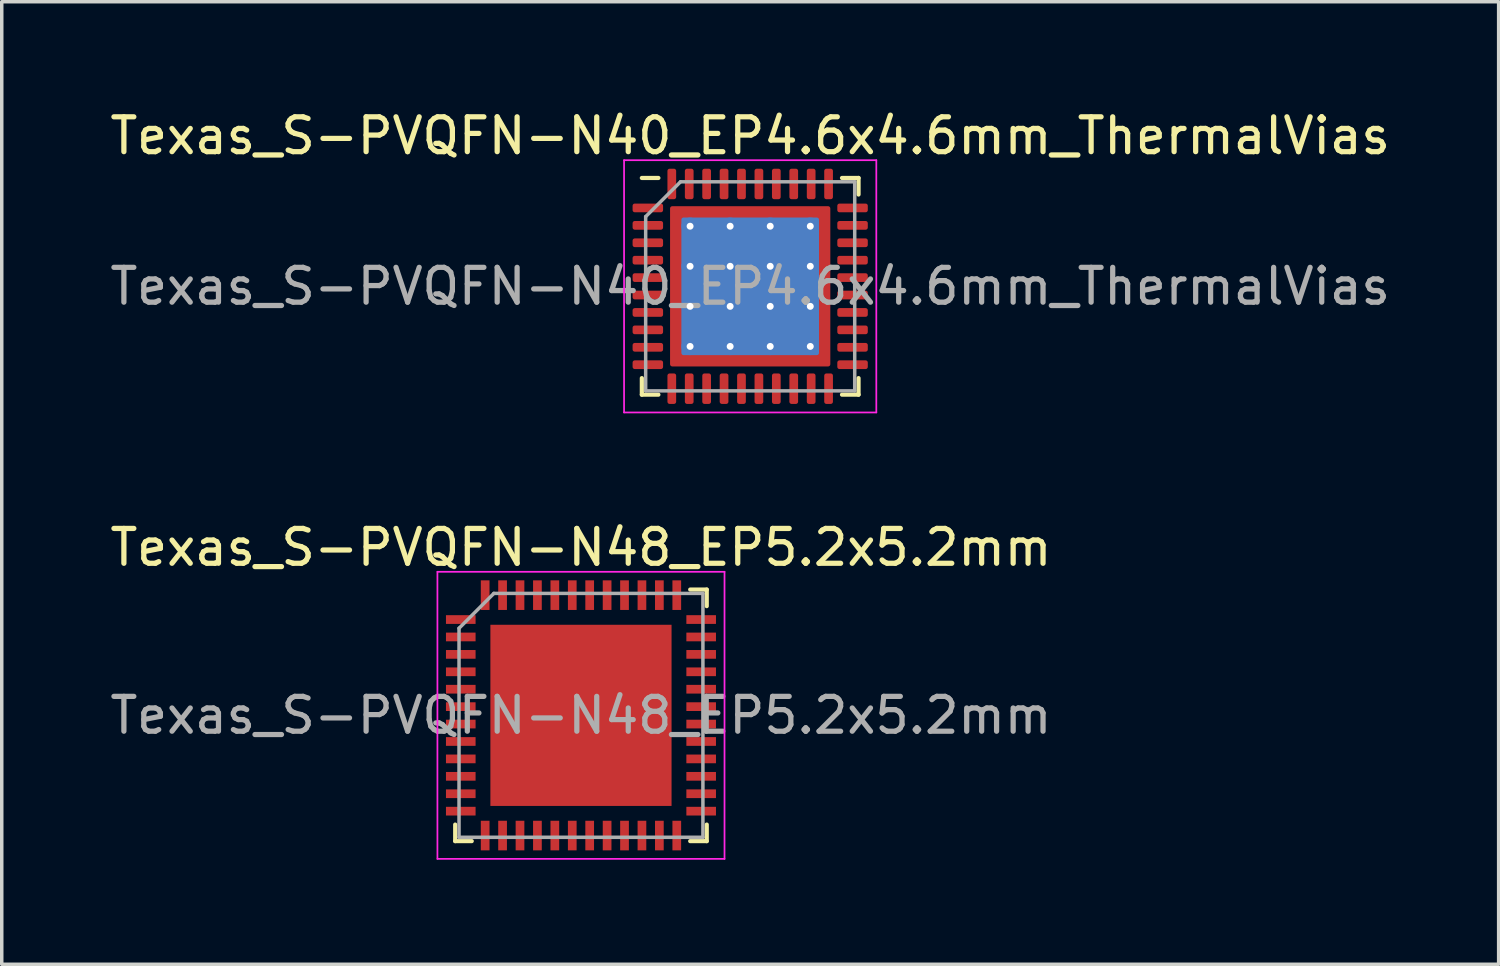
<source format=kicad_pcb>
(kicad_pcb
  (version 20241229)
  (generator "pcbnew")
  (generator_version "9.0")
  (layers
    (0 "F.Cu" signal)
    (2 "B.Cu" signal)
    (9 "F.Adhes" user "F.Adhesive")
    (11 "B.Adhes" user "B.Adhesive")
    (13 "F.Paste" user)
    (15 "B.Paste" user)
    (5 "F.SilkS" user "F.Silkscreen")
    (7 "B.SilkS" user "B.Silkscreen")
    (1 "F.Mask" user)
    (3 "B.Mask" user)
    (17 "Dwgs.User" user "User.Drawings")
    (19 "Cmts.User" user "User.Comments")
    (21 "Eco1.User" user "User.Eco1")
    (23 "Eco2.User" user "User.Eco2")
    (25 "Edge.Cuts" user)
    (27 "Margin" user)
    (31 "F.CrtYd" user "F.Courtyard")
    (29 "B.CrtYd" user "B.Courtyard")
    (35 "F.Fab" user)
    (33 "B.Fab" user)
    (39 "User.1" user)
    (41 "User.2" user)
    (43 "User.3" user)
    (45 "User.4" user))
  (footprint "Texas_S-PVQFN-N48_EP5.2x5.2mm"
    (layer "F.Cu")
    (at 13.625 17.482)
    (property "Reference" "Texas_S-PVQFN-N48_EP5.2x5.2mm" (at 0 -4.82 0) (layer "F.SilkS") (effects (font (size 1 1) (thickness 0.15))))
    (attr smd)
    (fp_line (start -3.61 3.61) (end -3.61 3.135) (stroke (width 0.12) (type solid)) (layer "F.SilkS"))
    (fp_line (start -3.135 3.61) (end -3.61 3.61) (stroke (width 0.12) (type solid)) (layer "F.SilkS"))
    (fp_line (start 3.135 -3.61) (end 3.61 -3.61) (stroke (width 0.12) (type solid)) (layer "F.SilkS"))
    (fp_line (start 3.135 3.61) (end 3.61 3.61) (stroke (width 0.12) (type solid)) (layer "F.SilkS"))
    (fp_line (start 3.61 -3.61) (end 3.61 -3.135) (stroke (width 0.12) (type solid)) (layer "F.SilkS"))
    (fp_line (start 3.61 3.61) (end 3.61 3.135) (stroke (width 0.12) (type solid)) (layer "F.SilkS"))
    (fp_line (start -4.12 -4.12) (end -4.12 4.12) (stroke (width 0.05) (type solid)) (layer "F.CrtYd"))
    (fp_line (start -4.12 4.12) (end 4.12 4.12) (stroke (width 0.05) (type solid)) (layer "F.CrtYd"))
    (fp_line (start 4.12 -4.12) (end -4.12 -4.12) (stroke (width 0.05) (type solid)) (layer "F.CrtYd"))
    (fp_line (start 4.12 4.12) (end 4.12 -4.12) (stroke (width 0.05) (type solid)) (layer "F.CrtYd"))
    (fp_line (start -3.5 -2.5) (end -2.5 -3.5) (stroke (width 0.1) (type solid)) (layer "F.Fab"))
    (fp_line (start -3.5 3.5) (end -3.5 -2.5) (stroke (width 0.1) (type solid)) (layer "F.Fab"))
    (fp_line (start -2.5 -3.5) (end 3.5 -3.5) (stroke (width 0.1) (type solid)) (layer "F.Fab"))
    (fp_line (start 3.5 -3.5) (end 3.5 3.5) (stroke (width 0.1) (type solid)) (layer "F.Fab"))
    (fp_line (start 3.5 3.5) (end -3.5 3.5) (stroke (width 0.1) (type solid)) (layer "F.Fab"))
    (fp_text user "${REFERENCE}" (at 0 0 0) (layer "F.Fab") (effects (font (size 1 1) (thickness 0.15))))
    (pad "" smd rect (at -1.875 -1.875) (size 1.05 1.05) (layers "F.Paste"))
    (pad "" smd rect (at -1.875 -0.625) (size 1.05 1.05) (layers "F.Paste"))
    (pad "" smd rect (at -1.875 0.625) (size 1.05 1.05) (layers "F.Paste"))
    (pad "" smd rect (at -1.875 1.875) (size 1.05 1.05) (layers "F.Paste"))
    (pad "" smd rect (at -0.625 -1.875) (size 1.05 1.05) (layers "F.Paste"))
    (pad "" smd rect (at -0.625 -0.625) (size 1.05 1.05) (layers "F.Paste"))
    (pad "" smd rect (at -0.625 0.625) (size 1.05 1.05) (layers "F.Paste"))
    (pad "" smd rect (at -0.625 1.875) (size 1.05 1.05) (layers "F.Paste"))
    (pad "" smd rect (at 0.625 -1.875) (size 1.05 1.05) (layers "F.Paste"))
    (pad "" smd rect (at 0.625 -0.625) (size 1.05 1.05) (layers "F.Paste"))
    (pad "" smd rect (at 0.625 0.625) (size 1.05 1.05) (layers "F.Paste"))
    (pad "" smd rect (at 0.625 1.875) (size 1.05 1.05) (layers "F.Paste"))
    (pad "" smd rect (at 1.875 -1.875) (size 1.05 1.05) (layers "F.Paste"))
    (pad "" smd rect (at 1.875 -0.625) (size 1.05 1.05) (layers "F.Paste"))
    (pad "" smd rect (at 1.875 0.625) (size 1.05 1.05) (layers "F.Paste"))
    (pad "" smd rect (at 1.875 1.875) (size 1.05 1.05) (layers "F.Paste"))
    (pad "1" smd rect (at -3.45 -2.75) (size 0.85 0.25) (layers "F.Cu" "F.Mask" "F.Paste"))
    (pad "2" smd rect (at -3.45 -2.25) (size 0.85 0.25) (layers "F.Cu" "F.Mask" "F.Paste"))
    (pad "3" smd rect (at -3.45 -1.75) (size 0.85 0.25) (layers "F.Cu" "F.Mask" "F.Paste"))
    (pad "4" smd rect (at -3.45 -1.25) (size 0.85 0.25) (layers "F.Cu" "F.Mask" "F.Paste"))
    (pad "5" smd rect (at -3.45 -0.75) (size 0.85 0.25) (layers "F.Cu" "F.Mask" "F.Paste"))
    (pad "6" smd rect (at -3.45 -0.25) (size 0.85 0.25) (layers "F.Cu" "F.Mask" "F.Paste"))
    (pad "7" smd rect (at -3.45 0.25) (size 0.85 0.25) (layers "F.Cu" "F.Mask" "F.Paste"))
    (pad "8" smd rect (at -3.45 0.75) (size 0.85 0.25) (layers "F.Cu" "F.Mask" "F.Paste"))
    (pad "9" smd rect (at -3.45 1.25) (size 0.85 0.25) (layers "F.Cu" "F.Mask" "F.Paste"))
    (pad "10" smd rect (at -3.45 1.75) (size 0.85 0.25) (layers "F.Cu" "F.Mask" "F.Paste"))
    (pad "11" smd rect (at -3.45 2.25) (size 0.85 0.25) (layers "F.Cu" "F.Mask" "F.Paste"))
    (pad "12" smd rect (at -3.45 2.75) (size 0.85 0.25) (layers "F.Cu" "F.Mask" "F.Paste"))
    (pad "13" smd rect (at -2.75 3.45) (size 0.25 0.85) (layers "F.Cu" "F.Mask" "F.Paste"))
    (pad "14" smd rect (at -2.25 3.45) (size 0.25 0.85) (layers "F.Cu" "F.Mask" "F.Paste"))
    (pad "15" smd rect (at -1.75 3.45) (size 0.25 0.85) (layers "F.Cu" "F.Mask" "F.Paste"))
    (pad "16" smd rect (at -1.25 3.45) (size 0.25 0.85) (layers "F.Cu" "F.Mask" "F.Paste"))
    (pad "17" smd rect (at -0.75 3.45) (size 0.25 0.85) (layers "F.Cu" "F.Mask" "F.Paste"))
    (pad "18" smd rect (at -0.25 3.45) (size 0.25 0.85) (layers "F.Cu" "F.Mask" "F.Paste"))
    (pad "19" smd rect (at 0.25 3.45) (size 0.25 0.85) (layers "F.Cu" "F.Mask" "F.Paste"))
    (pad "20" smd rect (at 0.75 3.45) (size 0.25 0.85) (layers "F.Cu" "F.Mask" "F.Paste"))
    (pad "21" smd rect (at 1.25 3.45) (size 0.25 0.85) (layers "F.Cu" "F.Mask" "F.Paste"))
    (pad "22" smd rect (at 1.75 3.45) (size 0.25 0.85) (layers "F.Cu" "F.Mask" "F.Paste"))
    (pad "23" smd rect (at 2.25 3.45) (size 0.25 0.85) (layers "F.Cu" "F.Mask" "F.Paste"))
    (pad "24" smd rect (at 2.75 3.45) (size 0.25 0.85) (layers "F.Cu" "F.Mask" "F.Paste"))
    (pad "25" smd rect (at 3.45 2.75) (size 0.85 0.25) (layers "F.Cu" "F.Mask" "F.Paste"))
    (pad "26" smd rect (at 3.45 2.25) (size 0.85 0.25) (layers "F.Cu" "F.Mask" "F.Paste"))
    (pad "27" smd rect (at 3.45 1.75) (size 0.85 0.25) (layers "F.Cu" "F.Mask" "F.Paste"))
    (pad "28" smd rect (at 3.45 1.25) (size 0.85 0.25) (layers "F.Cu" "F.Mask" "F.Paste"))
    (pad "29" smd rect (at 3.45 0.75) (size 0.85 0.25) (layers "F.Cu" "F.Mask" "F.Paste"))
    (pad "30" smd rect (at 3.45 0.25) (size 0.85 0.25) (layers "F.Cu" "F.Mask" "F.Paste"))
    (pad "31" smd rect (at 3.45 -0.25) (size 0.85 0.25) (layers "F.Cu" "F.Mask" "F.Paste"))
    (pad "32" smd rect (at 3.45 -0.75) (size 0.85 0.25) (layers "F.Cu" "F.Mask" "F.Paste"))
    (pad "33" smd rect (at 3.45 -1.25) (size 0.85 0.25) (layers "F.Cu" "F.Mask" "F.Paste"))
    (pad "34" smd rect (at 3.45 -1.75) (size 0.85 0.25) (layers "F.Cu" "F.Mask" "F.Paste"))
    (pad "35" smd rect (at 3.45 -2.25) (size 0.85 0.25) (layers "F.Cu" "F.Mask" "F.Paste"))
    (pad "36" smd rect (at 3.45 -2.75) (size 0.85 0.25) (layers "F.Cu" "F.Mask" "F.Paste"))
    (pad "37" smd rect (at 2.75 -3.45) (size 0.25 0.85) (layers "F.Cu" "F.Mask" "F.Paste"))
    (pad "38" smd rect (at 2.25 -3.45) (size 0.25 0.85) (layers "F.Cu" "F.Mask" "F.Paste"))
    (pad "39" smd rect (at 1.75 -3.45) (size 0.25 0.85) (layers "F.Cu" "F.Mask" "F.Paste"))
    (pad "40" smd rect (at 1.25 -3.45) (size 0.25 0.85) (layers "F.Cu" "F.Mask" "F.Paste"))
    (pad "41" smd rect (at 0.75 -3.45) (size 0.25 0.85) (layers "F.Cu" "F.Mask" "F.Paste"))
    (pad "42" smd rect (at 0.25 -3.45) (size 0.25 0.85) (layers "F.Cu" "F.Mask" "F.Paste"))
    (pad "43" smd rect (at -0.25 -3.45) (size 0.25 0.85) (layers "F.Cu" "F.Mask" "F.Paste"))
    (pad "44" smd rect (at -0.75 -3.45) (size 0.25 0.85) (layers "F.Cu" "F.Mask" "F.Paste"))
    (pad "45" smd rect (at -1.25 -3.45) (size 0.25 0.85) (layers "F.Cu" "F.Mask" "F.Paste"))
    (pad "46" smd rect (at -1.75 -3.45) (size 0.25 0.85) (layers "F.Cu" "F.Mask" "F.Paste"))
    (pad "47" smd rect (at -2.25 -3.45) (size 0.25 0.85) (layers "F.Cu" "F.Mask" "F.Paste"))
    (pad "48" smd rect (at -2.75 -3.45) (size 0.25 0.85) (layers "F.Cu" "F.Mask" "F.Paste"))
    (pad "49" smd rect (at 0 0) (size 5.2 5.2) (layers "F.Cu" "F.Mask")))
  (footprint "Texas_S-PVQFN-N40_EP4.6x4.6mm_ThermalVias"
    (layer "F.Cu")
    (at 18.482 5.168)
    (property "Reference" "Texas_S-PVQFN-N40_EP4.6x4.6mm_ThermalVias" (at 0 -4.32 0) (layer "F.SilkS") (effects (font (size 1 1) (thickness 0.15))))
    (attr smd)
    (fp_line (start -3.11 3.11) (end -3.11 2.635) (stroke (width 0.12) (type solid)) (layer "F.SilkS"))
    (fp_line (start -2.635 -3.11) (end -3.11 -3.11) (stroke (width 0.12) (type solid)) (layer "F.SilkS"))
    (fp_line (start -2.635 3.11) (end -3.11 3.11) (stroke (width 0.12) (type solid)) (layer "F.SilkS"))
    (fp_line (start 2.635 -3.11) (end 3.11 -3.11) (stroke (width 0.12) (type solid)) (layer "F.SilkS"))
    (fp_line (start 2.635 3.11) (end 3.11 3.11) (stroke (width 0.12) (type solid)) (layer "F.SilkS"))
    (fp_line (start 3.11 -3.11) (end 3.11 -2.635) (stroke (width 0.12) (type solid)) (layer "F.SilkS"))
    (fp_line (start 3.11 3.11) (end 3.11 2.635) (stroke (width 0.12) (type solid)) (layer "F.SilkS"))
    (fp_line (start -3.62 -3.62) (end -3.62 3.62) (stroke (width 0.05) (type solid)) (layer "F.CrtYd"))
    (fp_line (start -3.62 3.62) (end 3.62 3.62) (stroke (width 0.05) (type solid)) (layer "F.CrtYd"))
    (fp_line (start 3.62 -3.62) (end -3.62 -3.62) (stroke (width 0.05) (type solid)) (layer "F.CrtYd"))
    (fp_line (start 3.62 3.62) (end 3.62 -3.62) (stroke (width 0.05) (type solid)) (layer "F.CrtYd"))
    (fp_line (start -3 -2) (end -2 -3) (stroke (width 0.1) (type solid)) (layer "F.Fab"))
    (fp_line (start -3 3) (end -3 -2) (stroke (width 0.1) (type solid)) (layer "F.Fab"))
    (fp_line (start -2 -3) (end 3 -3) (stroke (width 0.1) (type solid)) (layer "F.Fab"))
    (fp_line (start 3 -3) (end 3 3) (stroke (width 0.1) (type solid)) (layer "F.Fab"))
    (fp_line (start 3 3) (end -3 3) (stroke (width 0.1) (type solid)) (layer "F.Fab"))
    (fp_text user "${REFERENCE}" (at 0 0 0) (layer "F.Fab") (effects (font (size 1 1) (thickness 0.15))))
    (pad "" smd custom (at -2.013 -2.013) (size 0.342 0.342) (layers "F.Paste") (options (anchor circle)) (primitives (gr_poly (pts (xy -0.116 -0.116) (xy 0.116 -0.116) (xy 0.116 0.012) (xy 0.012 0.116) (xy -0.116 0.116)) (width 0.232) (fill yes))))
    (pad "" smd custom (at -2.013 -1.15) (size 0.382 0.382) (layers "F.Paste") (options (anchor circle)) (primitives (gr_poly (pts (xy -0.15 -0.382) (xy 0.082 -0.382) (xy 0.15 -0.314) (xy 0.15 0.314) (xy 0.082 0.382) (xy -0.15 0.382)) (width 0.164) (fill yes))))
    (pad "" smd custom (at -2.013 0) (size 0.382 0.382) (layers "F.Paste") (options (anchor circle)) (primitives (gr_poly (pts (xy -0.15 -0.382) (xy 0.082 -0.382) (xy 0.15 -0.314) (xy 0.15 0.314) (xy 0.082 0.382) (xy -0.15 0.382)) (width 0.164) (fill yes))))
    (pad "" smd custom (at -2.013 1.15) (size 0.382 0.382) (layers "F.Paste") (options (anchor circle)) (primitives (gr_poly (pts (xy -0.15 -0.382) (xy 0.082 -0.382) (xy 0.15 -0.314) (xy 0.15 0.314) (xy 0.082 0.382) (xy -0.15 0.382)) (width 0.164) (fill yes))))
    (pad "" smd custom (at -2.013 2.013) (size 0.342 0.342) (layers "F.Paste") (options (anchor circle)) (primitives (gr_poly (pts (xy -0.116 -0.116) (xy 0.012 -0.116) (xy 0.116 -0.012) (xy 0.116 0.116) (xy -0.116 0.116)) (width 0.232) (fill yes))))
    (pad "" smd custom (at -1.15 -2.013) (size 0.382 0.382) (layers "F.Paste") (options (anchor circle)) (primitives (gr_poly (pts (xy -0.382 -0.15) (xy 0.382 -0.15) (xy 0.382 0.082) (xy 0.314 0.15) (xy -0.314 0.15) (xy -0.382 0.082)) (width 0.164) (fill yes))))
    (pad "" smd roundrect (at -1.15 -1.15) (size 0.927 0.927) (layers "F.Paste") (roundrect_rratio 0.25))
    (pad "" smd roundrect (at -1.15 0) (size 0.927 0.927) (layers "F.Paste") (roundrect_rratio 0.25))
    (pad "" smd roundrect (at -1.15 1.15) (size 0.927 0.927) (layers "F.Paste") (roundrect_rratio 0.25))
    (pad "" smd custom (at -1.15 2.013) (size 0.382 0.382) (layers "F.Paste") (options (anchor circle)) (primitives (gr_poly (pts (xy -0.382 -0.082) (xy -0.314 -0.15) (xy 0.314 -0.15) (xy 0.382 -0.082) (xy 0.382 0.15) (xy -0.382 0.15)) (width 0.164) (fill yes))))
    (pad "" smd custom (at 0 -2.013) (size 0.382 0.382) (layers "F.Paste") (options (anchor circle)) (primitives (gr_poly (pts (xy -0.382 -0.15) (xy 0.382 -0.15) (xy 0.382 0.082) (xy 0.314 0.15) (xy -0.314 0.15) (xy -0.382 0.082)) (width 0.164) (fill yes))))
    (pad "" smd roundrect (at 0 -1.15) (size 0.927 0.927) (layers "F.Paste") (roundrect_rratio 0.25))
    (pad "" smd roundrect (at 0 0) (size 0.927 0.927) (layers "F.Paste") (roundrect_rratio 0.25))
    (pad "" smd roundrect (at 0 1.15) (size 0.927 0.927) (layers "F.Paste") (roundrect_rratio 0.25))
    (pad "" smd custom (at 0 2.013) (size 0.382 0.382) (layers "F.Paste") (options (anchor circle)) (primitives (gr_poly (pts (xy -0.382 -0.082) (xy -0.314 -0.15) (xy 0.314 -0.15) (xy 0.382 -0.082) (xy 0.382 0.15) (xy -0.382 0.15)) (width 0.164) (fill yes))))
    (pad "" smd custom (at 1.15 -2.013) (size 0.382 0.382) (layers "F.Paste") (options (anchor circle)) (primitives (gr_poly (pts (xy -0.382 -0.15) (xy 0.382 -0.15) (xy 0.382 0.082) (xy 0.314 0.15) (xy -0.314 0.15) (xy -0.382 0.082)) (width 0.164) (fill yes))))
    (pad "" smd roundrect (at 1.15 -1.15) (size 0.927 0.927) (layers "F.Paste") (roundrect_rratio 0.25))
    (pad "" smd roundrect (at 1.15 0) (size 0.927 0.927) (layers "F.Paste") (roundrect_rratio 0.25))
    (pad "" smd roundrect (at 1.15 1.15) (size 0.927 0.927) (layers "F.Paste") (roundrect_rratio 0.25))
    (pad "" smd custom (at 1.15 2.013) (size 0.382 0.382) (layers "F.Paste") (options (anchor circle)) (primitives (gr_poly (pts (xy -0.382 -0.082) (xy -0.314 -0.15) (xy 0.314 -0.15) (xy 0.382 -0.082) (xy 0.382 0.15) (xy -0.382 0.15)) (width 0.164) (fill yes))))
    (pad "" smd custom (at 2.013 -2.013) (size 0.342 0.342) (layers "F.Paste") (options (anchor circle)) (primitives (gr_poly (pts (xy -0.116 -0.116) (xy 0.116 -0.116) (xy 0.116 0.116) (xy -0.012 0.116) (xy -0.116 0.012)) (width 0.232) (fill yes))))
    (pad "" smd custom (at 2.013 -1.15) (size 0.382 0.382) (layers "F.Paste") (options (anchor circle)) (primitives (gr_poly (pts (xy -0.15 -0.314) (xy -0.082 -0.382) (xy 0.15 -0.382) (xy 0.15 0.382) (xy -0.082 0.382) (xy -0.15 0.314)) (width 0.164) (fill yes))))
    (pad "" smd custom (at 2.013 0) (size 0.382 0.382) (layers "F.Paste") (options (anchor circle)) (primitives (gr_poly (pts (xy -0.15 -0.314) (xy -0.082 -0.382) (xy 0.15 -0.382) (xy 0.15 0.382) (xy -0.082 0.382) (xy -0.15 0.314)) (width 0.164) (fill yes))))
    (pad "" smd custom (at 2.013 1.15) (size 0.382 0.382) (layers "F.Paste") (options (anchor circle)) (primitives (gr_poly (pts (xy -0.15 -0.314) (xy -0.082 -0.382) (xy 0.15 -0.382) (xy 0.15 0.382) (xy -0.082 0.382) (xy -0.15 0.314)) (width 0.164) (fill yes))))
    (pad "" smd custom (at 2.013 2.013) (size 0.342 0.342) (layers "F.Paste") (options (anchor circle)) (primitives (gr_poly (pts (xy -0.116 -0.012) (xy -0.012 -0.116) (xy 0.116 -0.116) (xy 0.116 0.116) (xy -0.116 0.116)) (width 0.232) (fill yes))))
    (pad "1" smd roundrect (at -2.938 -2.25) (size 0.875 0.25) (layers "F.Cu" "F.Mask" "F.Paste") (roundrect_rratio 0.25))
    (pad "2" smd roundrect (at -2.938 -1.75) (size 0.875 0.25) (layers "F.Cu" "F.Mask" "F.Paste") (roundrect_rratio 0.25))
    (pad "3" smd roundrect (at -2.938 -1.25) (size 0.875 0.25) (layers "F.Cu" "F.Mask" "F.Paste") (roundrect_rratio 0.25))
    (pad "4" smd roundrect (at -2.938 -0.75) (size 0.875 0.25) (layers "F.Cu" "F.Mask" "F.Paste") (roundrect_rratio 0.25))
    (pad "5" smd roundrect (at -2.938 -0.25) (size 0.875 0.25) (layers "F.Cu" "F.Mask" "F.Paste") (roundrect_rratio 0.25))
    (pad "6" smd roundrect (at -2.938 0.25) (size 0.875 0.25) (layers "F.Cu" "F.Mask" "F.Paste") (roundrect_rratio 0.25))
    (pad "7" smd roundrect (at -2.938 0.75) (size 0.875 0.25) (layers "F.Cu" "F.Mask" "F.Paste") (roundrect_rratio 0.25))
    (pad "8" smd roundrect (at -2.938 1.25) (size 0.875 0.25) (layers "F.Cu" "F.Mask" "F.Paste") (roundrect_rratio 0.25))
    (pad "9" smd roundrect (at -2.938 1.75) (size 0.875 0.25) (layers "F.Cu" "F.Mask" "F.Paste") (roundrect_rratio 0.25))
    (pad "10" smd roundrect (at -2.938 2.25) (size 0.875 0.25) (layers "F.Cu" "F.Mask" "F.Paste") (roundrect_rratio 0.25))
    (pad "11" smd roundrect (at -2.25 2.938) (size 0.25 0.875) (layers "F.Cu" "F.Mask" "F.Paste") (roundrect_rratio 0.25))
    (pad "12" smd roundrect (at -1.75 2.938) (size 0.25 0.875) (layers "F.Cu" "F.Mask" "F.Paste") (roundrect_rratio 0.25))
    (pad "13" smd roundrect (at -1.25 2.938) (size 0.25 0.875) (layers "F.Cu" "F.Mask" "F.Paste") (roundrect_rratio 0.25))
    (pad "14" smd roundrect (at -0.75 2.938) (size 0.25 0.875) (layers "F.Cu" "F.Mask" "F.Paste") (roundrect_rratio 0.25))
    (pad "15" smd roundrect (at -0.25 2.938) (size 0.25 0.875) (layers "F.Cu" "F.Mask" "F.Paste") (roundrect_rratio 0.25))
    (pad "16" smd roundrect (at 0.25 2.938) (size 0.25 0.875) (layers "F.Cu" "F.Mask" "F.Paste") (roundrect_rratio 0.25))
    (pad "17" smd roundrect (at 0.75 2.938) (size 0.25 0.875) (layers "F.Cu" "F.Mask" "F.Paste") (roundrect_rratio 0.25))
    (pad "18" smd roundrect (at 1.25 2.938) (size 0.25 0.875) (layers "F.Cu" "F.Mask" "F.Paste") (roundrect_rratio 0.25))
    (pad "19" smd roundrect (at 1.75 2.938) (size 0.25 0.875) (layers "F.Cu" "F.Mask" "F.Paste") (roundrect_rratio 0.25))
    (pad "20" smd roundrect (at 2.25 2.938) (size 0.25 0.875) (layers "F.Cu" "F.Mask" "F.Paste") (roundrect_rratio 0.25))
    (pad "21" smd roundrect (at 2.938 2.25) (size 0.875 0.25) (layers "F.Cu" "F.Mask" "F.Paste") (roundrect_rratio 0.25))
    (pad "22" smd roundrect (at 2.938 1.75) (size 0.875 0.25) (layers "F.Cu" "F.Mask" "F.Paste") (roundrect_rratio 0.25))
    (pad "23" smd roundrect (at 2.938 1.25) (size 0.875 0.25) (layers "F.Cu" "F.Mask" "F.Paste") (roundrect_rratio 0.25))
    (pad "24" smd roundrect (at 2.938 0.75) (size 0.875 0.25) (layers "F.Cu" "F.Mask" "F.Paste") (roundrect_rratio 0.25))
    (pad "25" smd roundrect (at 2.938 0.25) (size 0.875 0.25) (layers "F.Cu" "F.Mask" "F.Paste") (roundrect_rratio 0.25))
    (pad "26" smd roundrect (at 2.938 -0.25) (size 0.875 0.25) (layers "F.Cu" "F.Mask" "F.Paste") (roundrect_rratio 0.25))
    (pad "27" smd roundrect (at 2.938 -0.75) (size 0.875 0.25) (layers "F.Cu" "F.Mask" "F.Paste") (roundrect_rratio 0.25))
    (pad "28" smd roundrect (at 2.938 -1.25) (size 0.875 0.25) (layers "F.Cu" "F.Mask" "F.Paste") (roundrect_rratio 0.25))
    (pad "29" smd roundrect (at 2.938 -1.75) (size 0.875 0.25) (layers "F.Cu" "F.Mask" "F.Paste") (roundrect_rratio 0.25))
    (pad "30" smd roundrect (at 2.938 -2.25) (size 0.875 0.25) (layers "F.Cu" "F.Mask" "F.Paste") (roundrect_rratio 0.25))
    (pad "31" smd roundrect (at 2.25 -2.938) (size 0.25 0.875) (layers "F.Cu" "F.Mask" "F.Paste") (roundrect_rratio 0.25))
    (pad "32" smd roundrect (at 1.75 -2.938) (size 0.25 0.875) (layers "F.Cu" "F.Mask" "F.Paste") (roundrect_rratio 0.25))
    (pad "33" smd roundrect (at 1.25 -2.938) (size 0.25 0.875) (layers "F.Cu" "F.Mask" "F.Paste") (roundrect_rratio 0.25))
    (pad "34" smd roundrect (at 0.75 -2.938) (size 0.25 0.875) (layers "F.Cu" "F.Mask" "F.Paste") (roundrect_rratio 0.25))
    (pad "35" smd roundrect (at 0.25 -2.938) (size 0.25 0.875) (layers "F.Cu" "F.Mask" "F.Paste") (roundrect_rratio 0.25))
    (pad "36" smd roundrect (at -0.25 -2.938) (size 0.25 0.875) (layers "F.Cu" "F.Mask" "F.Paste") (roundrect_rratio 0.25))
    (pad "37" smd roundrect (at -0.75 -2.938) (size 0.25 0.875) (layers "F.Cu" "F.Mask" "F.Paste") (roundrect_rratio 0.25))
    (pad "38" smd roundrect (at -1.25 -2.938) (size 0.25 0.875) (layers "F.Cu" "F.Mask" "F.Paste") (roundrect_rratio 0.25))
    (pad "39" smd roundrect (at -1.75 -2.938) (size 0.25 0.875) (layers "F.Cu" "F.Mask" "F.Paste") (roundrect_rratio 0.25))
    (pad "40" smd roundrect (at -2.25 -2.938) (size 0.25 0.875) (layers "F.Cu" "F.Mask" "F.Paste") (roundrect_rratio 0.25))
    (pad "41" thru_hole circle (at -1.725 -1.725) (size 0.5 0.5) (drill 0.2) (layers "*.Cu"))
    (pad "41" thru_hole circle (at -1.725 -0.575) (size 0.5 0.5) (drill 0.2) (layers "*.Cu"))
    (pad "41" thru_hole circle (at -1.725 0.575) (size 0.5 0.5) (drill 0.2) (layers "*.Cu"))
    (pad "41" thru_hole circle (at -1.725 1.725) (size 0.5 0.5) (drill 0.2) (layers "*.Cu"))
    (pad "41" thru_hole circle (at -0.575 -1.725) (size 0.5 0.5) (drill 0.2) (layers "*.Cu"))
    (pad "41" thru_hole circle (at -0.575 -0.575) (size 0.5 0.5) (drill 0.2) (layers "*.Cu"))
    (pad "41" thru_hole circle (at -0.575 0.575) (size 0.5 0.5) (drill 0.2) (layers "*.Cu"))
    (pad "41" thru_hole circle (at -0.575 1.725) (size 0.5 0.5) (drill 0.2) (layers "*.Cu"))
    (pad "41" smd roundrect (at 0 0) (size 3.95 3.95) (layers "B.Cu") (roundrect_rratio 0.016))
    (pad "41" smd roundrect (at 0 0) (size 4.6 4.6) (layers "F.Cu" "F.Mask") (roundrect_rratio 0.014))
    (pad "41" thru_hole circle (at 0.575 -1.725) (size 0.5 0.5) (drill 0.2) (layers "*.Cu"))
    (pad "41" thru_hole circle (at 0.575 -0.575) (size 0.5 0.5) (drill 0.2) (layers "*.Cu"))
    (pad "41" thru_hole circle (at 0.575 0.575) (size 0.5 0.5) (drill 0.2) (layers "*.Cu"))
    (pad "41" thru_hole circle (at 0.575 1.725) (size 0.5 0.5) (drill 0.2) (layers "*.Cu"))
    (pad "41" thru_hole circle (at 1.725 -1.725) (size 0.5 0.5) (drill 0.2) (layers "*.Cu"))
    (pad "41" thru_hole circle (at 1.725 -0.575) (size 0.5 0.5) (drill 0.2) (layers "*.Cu"))
    (pad "41" thru_hole circle (at 1.725 0.575) (size 0.5 0.5) (drill 0.2) (layers "*.Cu"))
    (pad "41" thru_hole circle (at 1.725 1.725) (size 0.5 0.5) (drill 0.2) (layers "*.Cu")))
  (gr_rect
    (start -3 -3)
    (end 39.964 24.627)
    (stroke (width 0.1) (type default))
    (fill no)
    (layer "Edge.Cuts")))
</source>
